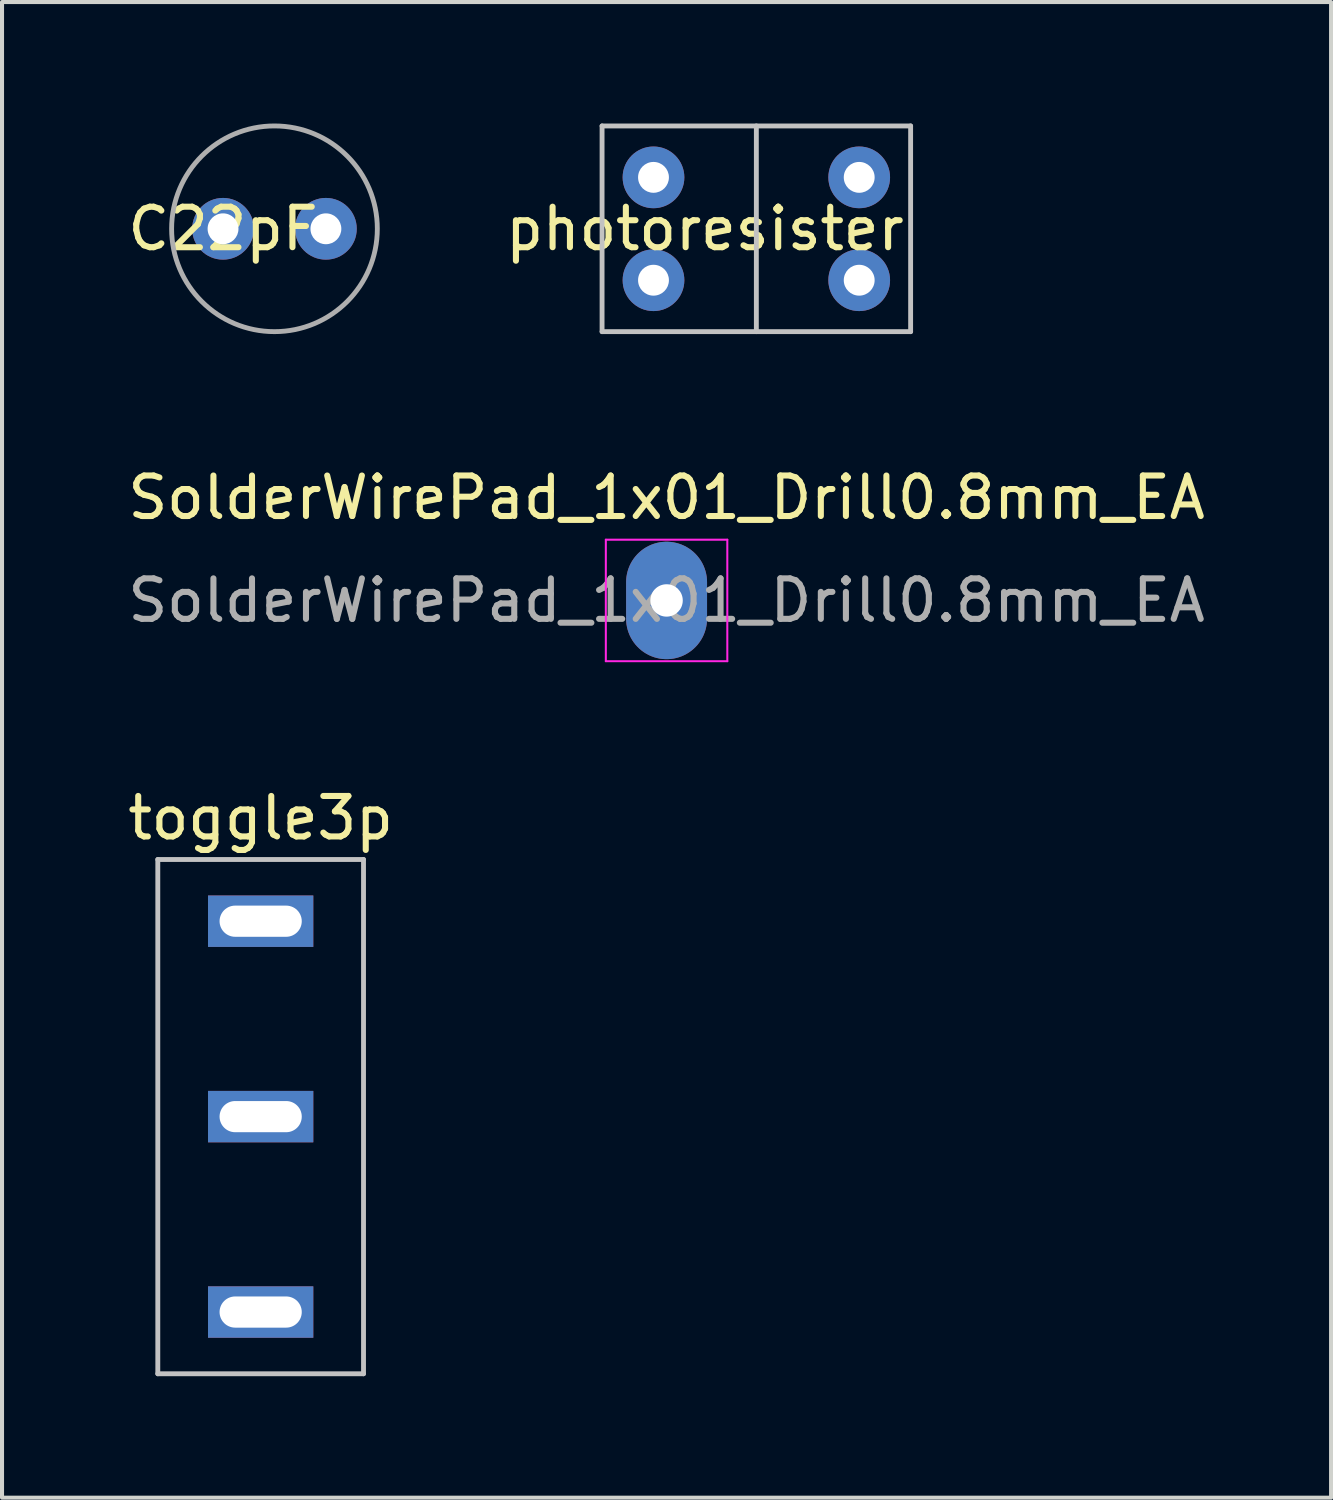
<source format=kicad_pcb>
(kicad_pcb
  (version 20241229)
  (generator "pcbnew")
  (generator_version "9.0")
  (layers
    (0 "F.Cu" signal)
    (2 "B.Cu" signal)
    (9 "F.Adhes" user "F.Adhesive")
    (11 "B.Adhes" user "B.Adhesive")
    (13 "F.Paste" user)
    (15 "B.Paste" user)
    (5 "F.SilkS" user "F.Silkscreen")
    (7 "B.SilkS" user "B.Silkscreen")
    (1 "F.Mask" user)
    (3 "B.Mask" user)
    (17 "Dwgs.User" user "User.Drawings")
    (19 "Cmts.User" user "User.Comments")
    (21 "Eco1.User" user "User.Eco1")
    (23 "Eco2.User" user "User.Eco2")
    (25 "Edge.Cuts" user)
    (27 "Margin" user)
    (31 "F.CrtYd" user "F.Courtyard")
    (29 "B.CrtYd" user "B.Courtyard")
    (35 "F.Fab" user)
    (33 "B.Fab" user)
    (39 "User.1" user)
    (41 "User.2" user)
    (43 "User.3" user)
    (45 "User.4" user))
  (footprint "C22pF"
    (layer "F.Cu")
    (at 3.728 5.14)
    (property "Reference" "C22pF" (at -1.27 -2.54 0) (layer "F.SilkS") (effects (font (size 1 1) (thickness 0.15))))
    (attr through_hole)
    (fp_circle (center 0 -2.54) (end 2.54 -2.54) (stroke (width 0.12) (type solid)) (fill no) (layer "F.Fab"))
    (pad "1" thru_hole circle (at -1.27 -2.54) (size 1.524 1.524) (drill 0.762) (layers "*.Cu" "*.Mask"))
    (pad "2" thru_hole circle (at 1.27 -2.54) (size 1.524 1.524) (drill 0.762) (layers "*.Cu" "*.Mask")))
  (footprint "photoresister"
    (layer "F.Cu")
    (at 15.628 3.87)
    (property "Reference" "photoresister" (at -1.27 -1.27 0) (layer "F.SilkS") (effects (font (size 1 1) (thickness 0.15))))
    (attr through_hole)
    (fp_line (start -3.81 -3.81) (end 3.81 -3.81) (stroke (width 0.12) (type solid)) (layer "Dwgs.User"))
    (fp_line (start -3.81 1.27) (end -3.81 -3.81) (stroke (width 0.12) (type solid)) (layer "Dwgs.User"))
    (fp_line (start 0 -3.81) (end 0 1.27) (stroke (width 0.12) (type solid)) (layer "Dwgs.User"))
    (fp_line (start 3.81 -3.81) (end 3.81 1.27) (stroke (width 0.12) (type solid)) (layer "Dwgs.User"))
    (fp_line (start 3.81 1.27) (end -3.81 1.27) (stroke (width 0.12) (type solid)) (layer "Dwgs.User"))
    (pad "1" thru_hole circle (at -2.54 -2.54) (size 1.524 1.524) (drill 0.762) (layers "*.Cu" "*.Mask"))
    (pad "2" thru_hole circle (at -2.54 0) (size 1.524 1.524) (drill 0.762) (layers "*.Cu" "*.Mask"))
    (pad "3" thru_hole circle (at 2.54 -2.54) (size 1.524 1.524) (drill 0.762) (layers "*.Cu" "*.Mask"))
    (pad "4" thru_hole circle (at 2.54 0) (size 1.524 1.524) (drill 0.762) (layers "*.Cu" "*.Mask")))
  (footprint "SolderWirePad_1x01_Drill0.8mm_EA"
    (layer "F.Cu")
    (at 13.411 11.778)
    (property "Reference" "SolderWirePad_1x01_Drill0.8mm_EA" (at 0 -2.54 0) (layer "F.SilkS") (effects (font (size 1 1) (thickness 0.15))))
    (attr exclude_from_pos_files exclude_from_bom)
    (fp_line (start -1.5 -1.5) (end -1.5 1.5) (stroke (width 0.05) (type solid)) (layer "F.CrtYd"))
    (fp_line (start -1.5 -1.5) (end 1.5 -1.5) (stroke (width 0.05) (type solid)) (layer "F.CrtYd"))
    (fp_line (start 1.5 1.5) (end -1.5 1.5) (stroke (width 0.05) (type solid)) (layer "F.CrtYd"))
    (fp_line (start 1.5 1.5) (end 1.5 -1.5) (stroke (width 0.05) (type solid)) (layer "F.CrtYd"))
    (fp_text user "${REFERENCE}" (at 0 0 0) (layer "F.Fab") (effects (font (size 1 1) (thickness 0.15))))
    (pad "1" thru_hole oval (at 0 0) (size 1.999 2.9) (drill 0.8) (layers "*.Cu" "*.Mask")))
  (footprint "toggle3p"
    (layer "F.Cu")
    (at 3.387 16.651)
    (property "Reference" "toggle3p" (at 0 0.5 0) (layer "F.SilkS") (effects (font (size 1 1) (thickness 0.15))))
    (attr through_hole)
    (fp_line (start -2.54 1.524) (end -2.54 14.224) (stroke (width 0.12) (type solid)) (layer "Dwgs.User"))
    (fp_line (start 2.54 1.524) (end -2.54 1.524) (stroke (width 0.12) (type solid)) (layer "Dwgs.User"))
    (fp_line (start 2.54 1.524) (end 2.54 14.224) (stroke (width 0.12) (type solid)) (layer "Dwgs.User"))
    (fp_line (start 2.54 14.224) (end -2.54 14.224) (stroke (width 0.12) (type solid)) (layer "Dwgs.User"))
    (pad "1" thru_hole rect (at 0 3.048) (size 2.6 1.27) (drill oval 2.03 0.77) (layers "*.Cu" "*.Mask"))
    (pad "2" thru_hole rect (at 0 7.874) (size 2.6 1.27) (drill oval 2.03 0.77) (layers "*.Cu" "*.Mask"))
    (pad "3" thru_hole rect (at 0 12.7) (size 2.6 1.27) (drill oval 2.03 0.77) (layers "*.Cu" "*.Mask")))
  (gr_rect
    (start -3 -3)
    (end 29.821 33.935)
    (stroke (width 0.1) (type default))
    (fill no)
    (layer "Edge.Cuts")))
</source>
